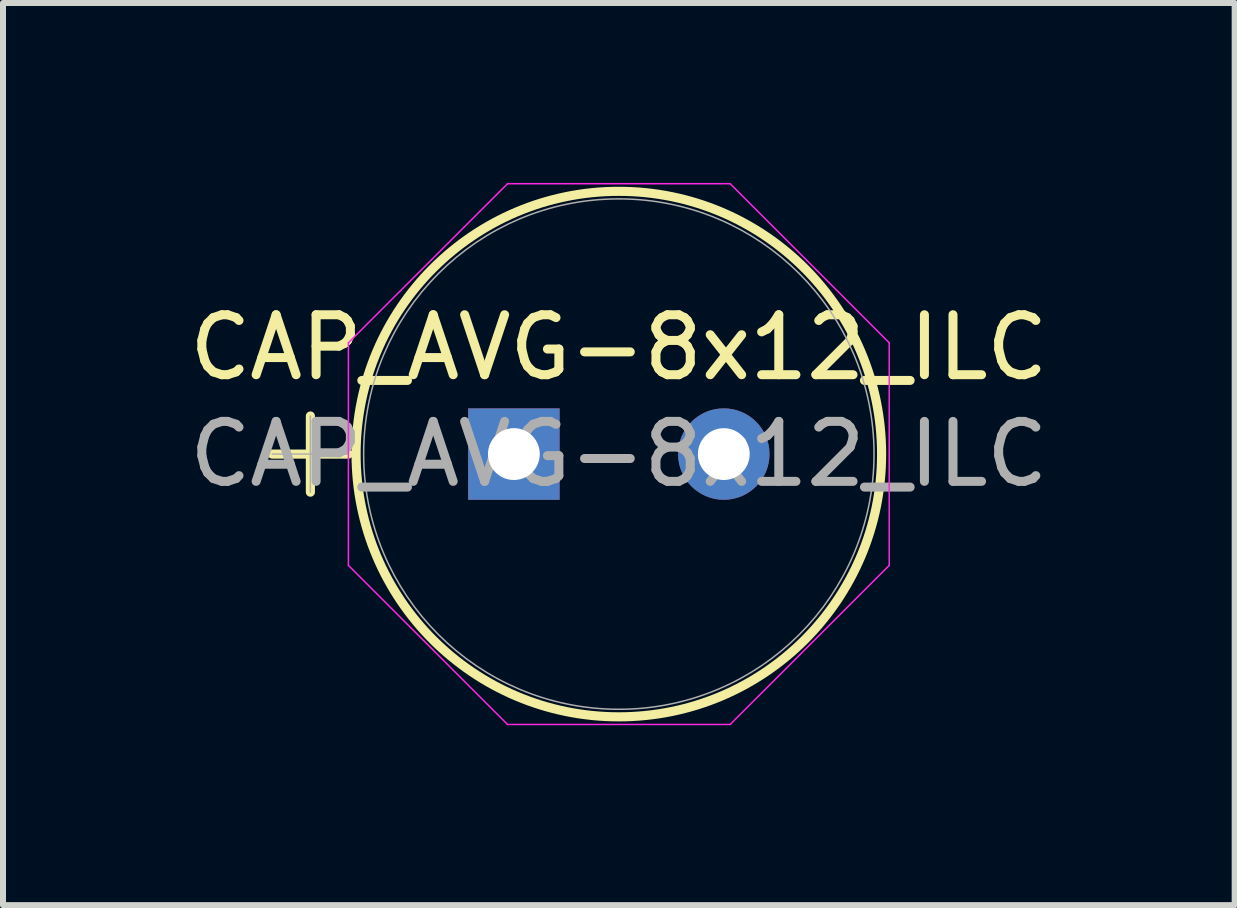
<source format=kicad_pcb>
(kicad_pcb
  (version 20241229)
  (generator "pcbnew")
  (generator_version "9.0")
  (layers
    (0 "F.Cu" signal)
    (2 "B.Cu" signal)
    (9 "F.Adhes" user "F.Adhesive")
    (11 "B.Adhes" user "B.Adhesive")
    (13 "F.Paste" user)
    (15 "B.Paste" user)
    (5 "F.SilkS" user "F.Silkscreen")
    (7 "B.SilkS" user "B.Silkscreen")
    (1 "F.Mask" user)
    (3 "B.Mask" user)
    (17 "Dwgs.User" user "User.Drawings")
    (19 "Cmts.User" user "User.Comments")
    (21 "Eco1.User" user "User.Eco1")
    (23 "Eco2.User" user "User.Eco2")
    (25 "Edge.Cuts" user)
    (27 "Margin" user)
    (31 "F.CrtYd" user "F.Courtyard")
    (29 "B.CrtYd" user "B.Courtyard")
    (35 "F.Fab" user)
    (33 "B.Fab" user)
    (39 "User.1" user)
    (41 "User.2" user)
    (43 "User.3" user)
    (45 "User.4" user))
  (footprint "CAP_AVG-8x12_ILC"
    (layer "F.Cu")
    (at 5.518 4.521)
    (property "Reference" "CAP_AVG-8x12_ILC" (at 1.75 -1.778 0) (unlocked yes) (layer "F.SilkS") (effects (font (size 1 1) (thickness 0.15))))
    (attr through_hole)
    (fp_line (start -4.029 0) (end -2.759 0) (stroke (width 0.152) (type solid)) (layer "F.SilkS"))
    (fp_line (start -3.393 -0.635) (end -3.393 0.635) (stroke (width 0.152) (type solid)) (layer "F.SilkS"))
    (fp_circle (center 1.75 0) (end 6.131 0) (stroke (width 0.152) (type solid)) (fill no) (layer "F.SilkS"))
    (fp_line (start -2.759 -1.856) (end -0.106 -4.508) (stroke (width 0.025) (type solid)) (layer "F.CrtYd"))
    (fp_line (start -2.759 1.856) (end -2.759 -1.856) (stroke (width 0.025) (type solid)) (layer "F.CrtYd"))
    (fp_line (start -0.106 -4.508) (end 3.606 -4.508) (stroke (width 0.025) (type solid)) (layer "F.CrtYd"))
    (fp_line (start -0.106 4.508) (end -2.759 1.856) (stroke (width 0.025) (type solid)) (layer "F.CrtYd"))
    (fp_line (start 3.606 -4.508) (end 6.258 -1.856) (stroke (width 0.025) (type solid)) (layer "F.CrtYd"))
    (fp_line (start 3.606 4.508) (end -0.106 4.508) (stroke (width 0.025) (type solid)) (layer "F.CrtYd"))
    (fp_line (start 6.258 -1.856) (end 6.258 1.856) (stroke (width 0.025) (type solid)) (layer "F.CrtYd"))
    (fp_line (start 6.258 1.856) (end 3.606 4.508) (stroke (width 0.025) (type solid)) (layer "F.CrtYd"))
    (fp_line (start -4.029 0) (end -2.759 0) (stroke (width 0.025) (type solid)) (layer "F.Fab"))
    (fp_line (start -3.393 -0.635) (end -3.393 0.635) (stroke (width 0.025) (type solid)) (layer "F.Fab"))
    (fp_circle (center 1.75 0) (end 6.005 0) (stroke (width 0.025) (type solid)) (fill no) (layer "F.Fab"))
    (fp_text user "${REFERENCE}" (at 1.75 0 0) (unlocked yes) (layer "F.Fab") (effects (font (size 1 1) (thickness 0.15))))
    (pad "1" thru_hole rect (at 0 0) (size 1.524 1.524) (drill 0.864) (layers "*.Cu" "*.Mask"))
    (pad "2" thru_hole circle (at 3.5 0) (size 1.524 1.524) (drill 0.864) (layers "*.Cu" "*.Mask")))
  (gr_rect
    (start -3 -3)
    (end 17.536 12.042)
    (stroke (width 0.1) (type default))
    (fill no)
    (layer "Edge.Cuts")))
</source>
